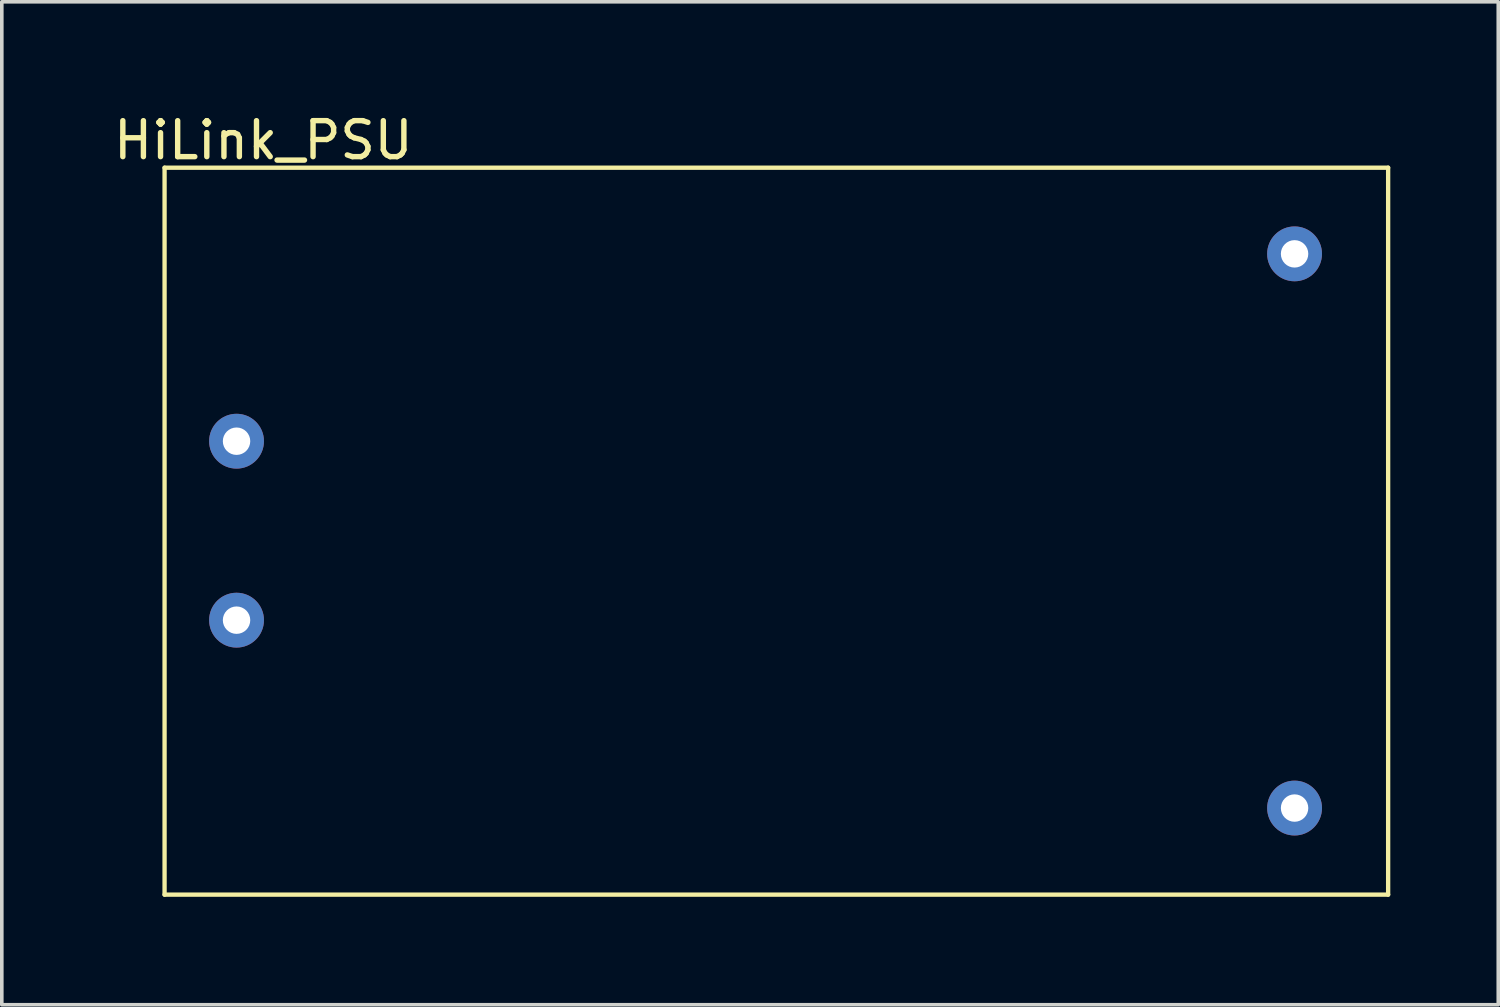
<source format=kicad_pcb>
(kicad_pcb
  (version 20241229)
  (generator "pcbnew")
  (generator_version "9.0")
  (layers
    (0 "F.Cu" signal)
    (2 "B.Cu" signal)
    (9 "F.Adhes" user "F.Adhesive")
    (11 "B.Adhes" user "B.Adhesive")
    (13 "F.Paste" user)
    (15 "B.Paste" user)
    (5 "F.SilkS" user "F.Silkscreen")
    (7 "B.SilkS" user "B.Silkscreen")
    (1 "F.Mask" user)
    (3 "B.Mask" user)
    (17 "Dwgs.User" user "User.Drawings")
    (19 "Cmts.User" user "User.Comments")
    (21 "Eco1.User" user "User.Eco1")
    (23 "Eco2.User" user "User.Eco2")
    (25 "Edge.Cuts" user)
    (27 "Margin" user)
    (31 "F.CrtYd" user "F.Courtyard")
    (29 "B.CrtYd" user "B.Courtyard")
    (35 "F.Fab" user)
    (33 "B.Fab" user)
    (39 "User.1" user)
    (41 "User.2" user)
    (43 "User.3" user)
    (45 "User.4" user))
  (footprint "HiLink_PSU"
    (layer "F.Cu")
    (at 18.365 1.61)
    (property "Reference" "HiLink_PSU" (at -14.097 -0.762 0) (layer "F.SilkS") (effects (font (size 1 1) (thickness 0.15))))
    (attr through_hole)
    (fp_line (start -16.842 0) (end 17.158 0) (stroke (width 0.12) (type solid)) (layer "F.SilkS"))
    (fp_line (start -16.842 20.2) (end -16.842 0) (stroke (width 0.12) (type solid)) (layer "F.SilkS"))
    (fp_line (start 17.158 0) (end 17.158 20.2) (stroke (width 0.12) (type solid)) (layer "F.SilkS"))
    (fp_line (start 17.158 20.2) (end -16.842 20.2) (stroke (width 0.12) (type solid)) (layer "F.SilkS"))
    (pad "1" thru_hole circle (at -14.842 7.6) (size 1.524 1.524) (drill 0.762) (layers "*.Cu" "*.Mask"))
    (pad "2" thru_hole circle (at -14.842 12.573) (size 1.524 1.524) (drill 0.762) (layers "*.Cu" "*.Mask"))
    (pad "3" thru_hole circle (at 14.558 2.394) (size 1.524 1.524) (drill 0.762) (layers "*.Cu" "*.Mask"))
    (pad "4" thru_hole circle (at 14.558 17.794) (size 1.524 1.524) (drill 0.762) (layers "*.Cu" "*.Mask")))
  (gr_rect
    (start -3 -3)
    (end 38.583 24.87)
    (stroke (width 0.1) (type default))
    (fill no)
    (layer "Edge.Cuts")))
</source>
